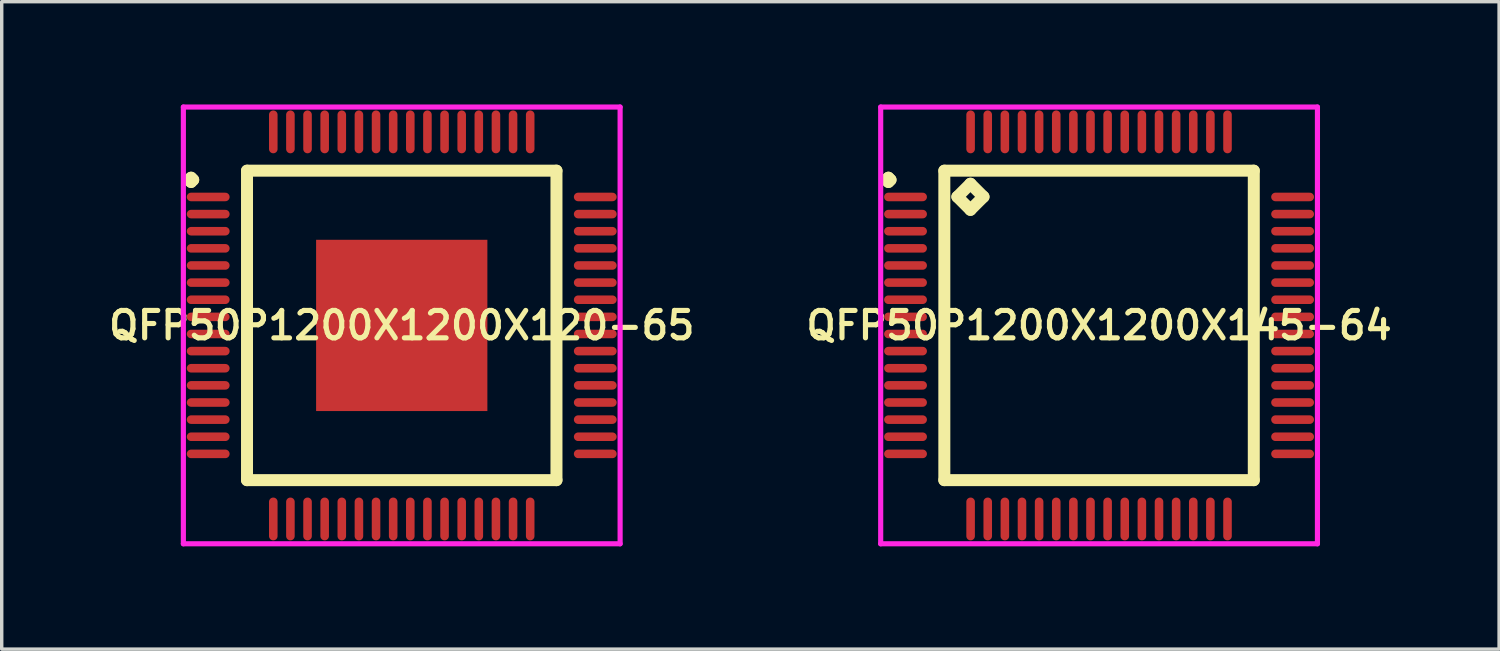
<source format=kicad_pcb>
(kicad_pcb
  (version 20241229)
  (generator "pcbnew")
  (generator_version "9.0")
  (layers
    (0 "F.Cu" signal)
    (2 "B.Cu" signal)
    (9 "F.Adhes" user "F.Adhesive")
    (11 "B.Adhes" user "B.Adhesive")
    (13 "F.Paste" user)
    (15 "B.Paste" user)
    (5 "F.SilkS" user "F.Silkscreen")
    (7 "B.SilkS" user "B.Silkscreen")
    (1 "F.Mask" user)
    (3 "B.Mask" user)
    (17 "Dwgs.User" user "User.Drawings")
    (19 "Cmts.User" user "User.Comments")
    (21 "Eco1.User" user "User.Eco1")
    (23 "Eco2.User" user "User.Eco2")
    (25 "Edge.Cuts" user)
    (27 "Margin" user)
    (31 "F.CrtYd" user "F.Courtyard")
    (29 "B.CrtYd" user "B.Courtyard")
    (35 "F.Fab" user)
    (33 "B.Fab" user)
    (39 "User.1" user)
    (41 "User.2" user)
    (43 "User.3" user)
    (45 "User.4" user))
  (footprint "QFP50P1200X1200X145-64"
    (layer "F.Cu")
    (at 29.035 6.45)
    (property "Reference" "QFP50P1200X1200X145-64" (at 0 0 0) (layer "F.SilkS") (effects (font (size 0.8 0.8) (thickness 0.15))))
    (attr smd)
    (fp_line (start -6.213 -4.25) (end -6.15 -4.312) (stroke (width 0.35) (type solid)) (layer "F.SilkS"))
    (fp_line (start -6.15 -4.312) (end -6.088 -4.25) (stroke (width 0.35) (type solid)) (layer "F.SilkS"))
    (fp_line (start -6.15 -4.188) (end -6.213 -4.25) (stroke (width 0.35) (type solid)) (layer "F.SilkS"))
    (fp_line (start -6.088 -4.25) (end -6.15 -4.188) (stroke (width 0.35) (type solid)) (layer "F.SilkS"))
    (fp_line (start -4.517 -4.517) (end -4.517 4.517) (stroke (width 0.35) (type solid)) (layer "F.SilkS"))
    (fp_line (start -4.517 4.517) (end 4.517 4.517) (stroke (width 0.35) (type solid)) (layer "F.SilkS"))
    (fp_line (start -4.136 -3.755) (end -3.755 -4.136) (stroke (width 0.35) (type solid)) (layer "F.SilkS"))
    (fp_line (start -3.755 -4.136) (end -3.374 -3.755) (stroke (width 0.35) (type solid)) (layer "F.SilkS"))
    (fp_line (start -3.755 -3.374) (end -4.136 -3.755) (stroke (width 0.35) (type solid)) (layer "F.SilkS"))
    (fp_line (start -3.374 -3.755) (end -3.755 -3.374) (stroke (width 0.35) (type solid)) (layer "F.SilkS"))
    (fp_line (start 4.517 -4.517) (end -4.517 -4.517) (stroke (width 0.35) (type solid)) (layer "F.SilkS"))
    (fp_line (start 4.517 4.517) (end 4.517 -4.517) (stroke (width 0.35) (type solid)) (layer "F.SilkS"))
    (fp_line (start -6.375 -6.375) (end 6.375 -6.375) (stroke (width 0.15) (type solid)) (layer "F.CrtYd"))
    (fp_line (start -6.375 6.375) (end -6.375 -6.375) (stroke (width 0.15) (type solid)) (layer "F.CrtYd"))
    (fp_line (start 6.375 -6.375) (end 6.375 6.375) (stroke (width 0.15) (type solid)) (layer "F.CrtYd"))
    (fp_line (start 6.375 6.375) (end -6.375 6.375) (stroke (width 0.15) (type solid)) (layer "F.CrtYd"))
    (pad "1" smd oval (at -5.65 -3.75) (size 1.25 0.25) (layers "F.Cu" "F.Mask" "F.Paste"))
    (pad "2" smd oval (at -5.65 -3.25) (size 1.25 0.25) (layers "F.Cu" "F.Mask" "F.Paste"))
    (pad "3" smd oval (at -5.65 -2.75) (size 1.25 0.25) (layers "F.Cu" "F.Mask" "F.Paste"))
    (pad "4" smd oval (at -5.65 -2.25) (size 1.25 0.25) (layers "F.Cu" "F.Mask" "F.Paste"))
    (pad "5" smd oval (at -5.65 -1.75) (size 1.25 0.25) (layers "F.Cu" "F.Mask" "F.Paste"))
    (pad "6" smd oval (at -5.65 -1.25) (size 1.25 0.25) (layers "F.Cu" "F.Mask" "F.Paste"))
    (pad "7" smd oval (at -5.65 -0.75) (size 1.25 0.25) (layers "F.Cu" "F.Mask" "F.Paste"))
    (pad "8" smd oval (at -5.65 -0.25) (size 1.25 0.25) (layers "F.Cu" "F.Mask" "F.Paste"))
    (pad "9" smd oval (at -5.65 0.25) (size 1.25 0.25) (layers "F.Cu" "F.Mask" "F.Paste"))
    (pad "10" smd oval (at -5.65 0.75) (size 1.25 0.25) (layers "F.Cu" "F.Mask" "F.Paste"))
    (pad "11" smd oval (at -5.65 1.25) (size 1.25 0.25) (layers "F.Cu" "F.Mask" "F.Paste"))
    (pad "12" smd oval (at -5.65 1.75) (size 1.25 0.25) (layers "F.Cu" "F.Mask" "F.Paste"))
    (pad "13" smd oval (at -5.65 2.25) (size 1.25 0.25) (layers "F.Cu" "F.Mask" "F.Paste"))
    (pad "14" smd oval (at -5.65 2.75) (size 1.25 0.25) (layers "F.Cu" "F.Mask" "F.Paste"))
    (pad "15" smd oval (at -5.65 3.25) (size 1.25 0.25) (layers "F.Cu" "F.Mask" "F.Paste"))
    (pad "16" smd oval (at -5.65 3.75) (size 1.25 0.25) (layers "F.Cu" "F.Mask" "F.Paste"))
    (pad "17" smd oval (at -3.75 5.65) (size 0.25 1.25) (layers "F.Cu" "F.Mask" "F.Paste"))
    (pad "18" smd oval (at -3.25 5.65) (size 0.25 1.25) (layers "F.Cu" "F.Mask" "F.Paste"))
    (pad "19" smd oval (at -2.75 5.65) (size 0.25 1.25) (layers "F.Cu" "F.Mask" "F.Paste"))
    (pad "20" smd oval (at -2.25 5.65) (size 0.25 1.25) (layers "F.Cu" "F.Mask" "F.Paste"))
    (pad "21" smd oval (at -1.75 5.65) (size 0.25 1.25) (layers "F.Cu" "F.Mask" "F.Paste"))
    (pad "22" smd oval (at -1.25 5.65) (size 0.25 1.25) (layers "F.Cu" "F.Mask" "F.Paste"))
    (pad "23" smd oval (at -0.75 5.65) (size 0.25 1.25) (layers "F.Cu" "F.Mask" "F.Paste"))
    (pad "24" smd oval (at -0.25 5.65) (size 0.25 1.25) (layers "F.Cu" "F.Mask" "F.Paste"))
    (pad "25" smd oval (at 0.25 5.65) (size 0.25 1.25) (layers "F.Cu" "F.Mask" "F.Paste"))
    (pad "26" smd oval (at 0.75 5.65) (size 0.25 1.25) (layers "F.Cu" "F.Mask" "F.Paste"))
    (pad "27" smd oval (at 1.25 5.65) (size 0.25 1.25) (layers "F.Cu" "F.Mask" "F.Paste"))
    (pad "28" smd oval (at 1.75 5.65) (size 0.25 1.25) (layers "F.Cu" "F.Mask" "F.Paste"))
    (pad "29" smd oval (at 2.25 5.65) (size 0.25 1.25) (layers "F.Cu" "F.Mask" "F.Paste"))
    (pad "30" smd oval (at 2.75 5.65) (size 0.25 1.25) (layers "F.Cu" "F.Mask" "F.Paste"))
    (pad "31" smd oval (at 3.25 5.65) (size 0.25 1.25) (layers "F.Cu" "F.Mask" "F.Paste"))
    (pad "32" smd oval (at 3.75 5.65) (size 0.25 1.25) (layers "F.Cu" "F.Mask" "F.Paste"))
    (pad "33" smd oval (at 5.65 3.75) (size 1.25 0.25) (layers "F.Cu" "F.Mask" "F.Paste"))
    (pad "34" smd oval (at 5.65 3.25) (size 1.25 0.25) (layers "F.Cu" "F.Mask" "F.Paste"))
    (pad "35" smd oval (at 5.65 2.75) (size 1.25 0.25) (layers "F.Cu" "F.Mask" "F.Paste"))
    (pad "36" smd oval (at 5.65 2.25) (size 1.25 0.25) (layers "F.Cu" "F.Mask" "F.Paste"))
    (pad "37" smd oval (at 5.65 1.75) (size 1.25 0.25) (layers "F.Cu" "F.Mask" "F.Paste"))
    (pad "38" smd oval (at 5.65 1.25) (size 1.25 0.25) (layers "F.Cu" "F.Mask" "F.Paste"))
    (pad "39" smd oval (at 5.65 0.75) (size 1.25 0.25) (layers "F.Cu" "F.Mask" "F.Paste"))
    (pad "40" smd oval (at 5.65 0.25) (size 1.25 0.25) (layers "F.Cu" "F.Mask" "F.Paste"))
    (pad "41" smd oval (at 5.65 -0.25) (size 1.25 0.25) (layers "F.Cu" "F.Mask" "F.Paste"))
    (pad "42" smd oval (at 5.65 -0.75) (size 1.25 0.25) (layers "F.Cu" "F.Mask" "F.Paste"))
    (pad "43" smd oval (at 5.65 -1.25) (size 1.25 0.25) (layers "F.Cu" "F.Mask" "F.Paste"))
    (pad "44" smd oval (at 5.65 -1.75) (size 1.25 0.25) (layers "F.Cu" "F.Mask" "F.Paste"))
    (pad "45" smd oval (at 5.65 -2.25) (size 1.25 0.25) (layers "F.Cu" "F.Mask" "F.Paste"))
    (pad "46" smd oval (at 5.65 -2.75) (size 1.25 0.25) (layers "F.Cu" "F.Mask" "F.Paste"))
    (pad "47" smd oval (at 5.65 -3.25) (size 1.25 0.25) (layers "F.Cu" "F.Mask" "F.Paste"))
    (pad "48" smd oval (at 5.65 -3.75) (size 1.25 0.25) (layers "F.Cu" "F.Mask" "F.Paste"))
    (pad "49" smd oval (at 3.75 -5.65) (size 0.25 1.25) (layers "F.Cu" "F.Mask" "F.Paste"))
    (pad "50" smd oval (at 3.25 -5.65) (size 0.25 1.25) (layers "F.Cu" "F.Mask" "F.Paste"))
    (pad "51" smd oval (at 2.75 -5.65) (size 0.25 1.25) (layers "F.Cu" "F.Mask" "F.Paste"))
    (pad "52" smd oval (at 2.25 -5.65) (size 0.25 1.25) (layers "F.Cu" "F.Mask" "F.Paste"))
    (pad "53" smd oval (at 1.75 -5.65) (size 0.25 1.25) (layers "F.Cu" "F.Mask" "F.Paste"))
    (pad "54" smd oval (at 1.25 -5.65) (size 0.25 1.25) (layers "F.Cu" "F.Mask" "F.Paste"))
    (pad "55" smd oval (at 0.75 -5.65) (size 0.25 1.25) (layers "F.Cu" "F.Mask" "F.Paste"))
    (pad "56" smd oval (at 0.25 -5.65) (size 0.25 1.25) (layers "F.Cu" "F.Mask" "F.Paste"))
    (pad "57" smd oval (at -0.25 -5.65) (size 0.25 1.25) (layers "F.Cu" "F.Mask" "F.Paste"))
    (pad "58" smd oval (at -0.75 -5.65) (size 0.25 1.25) (layers "F.Cu" "F.Mask" "F.Paste"))
    (pad "59" smd oval (at -1.25 -5.65) (size 0.25 1.25) (layers "F.Cu" "F.Mask" "F.Paste"))
    (pad "60" smd oval (at -1.75 -5.65) (size 0.25 1.25) (layers "F.Cu" "F.Mask" "F.Paste"))
    (pad "61" smd oval (at -2.25 -5.65) (size 0.25 1.25) (layers "F.Cu" "F.Mask" "F.Paste"))
    (pad "62" smd oval (at -2.75 -5.65) (size 0.25 1.25) (layers "F.Cu" "F.Mask" "F.Paste"))
    (pad "63" smd oval (at -3.25 -5.65) (size 0.25 1.25) (layers "F.Cu" "F.Mask" "F.Paste"))
    (pad "64" smd oval (at -3.75 -5.65) (size 0.25 1.25) (layers "F.Cu" "F.Mask" "F.Paste")))
  (footprint "QFP50P1200X1200X120-65"
    (layer "F.Cu")
    (at 8.678 6.45)
    (property "Reference" "QFP50P1200X1200X120-65" (at 0 0 0) (layer "F.SilkS") (effects (font (size 0.8 0.8) (thickness 0.15))))
    (attr through_hole)
    (fp_line (start -6.213 -4.25) (end -6.15 -4.312) (stroke (width 0.35) (type solid)) (layer "F.SilkS"))
    (fp_line (start -6.15 -4.312) (end -6.088 -4.25) (stroke (width 0.35) (type solid)) (layer "F.SilkS"))
    (fp_line (start -6.15 -4.188) (end -6.213 -4.25) (stroke (width 0.35) (type solid)) (layer "F.SilkS"))
    (fp_line (start -6.088 -4.25) (end -6.15 -4.188) (stroke (width 0.35) (type solid)) (layer "F.SilkS"))
    (fp_line (start -4.517 -4.517) (end -4.517 4.517) (stroke (width 0.35) (type solid)) (layer "F.SilkS"))
    (fp_line (start -4.517 4.517) (end 4.517 4.517) (stroke (width 0.35) (type solid)) (layer "F.SilkS"))
    (fp_line (start 4.517 -4.517) (end -4.517 -4.517) (stroke (width 0.35) (type solid)) (layer "F.SilkS"))
    (fp_line (start 4.517 4.517) (end 4.517 -4.517) (stroke (width 0.35) (type solid)) (layer "F.SilkS"))
    (fp_line (start -6.375 -6.375) (end 6.375 -6.375) (stroke (width 0.15) (type solid)) (layer "F.CrtYd"))
    (fp_line (start -6.375 6.375) (end -6.375 -6.375) (stroke (width 0.15) (type solid)) (layer "F.CrtYd"))
    (fp_line (start 6.375 -6.375) (end 6.375 6.375) (stroke (width 0.15) (type solid)) (layer "F.CrtYd"))
    (fp_line (start 6.375 6.375) (end -6.375 6.375) (stroke (width 0.15) (type solid)) (layer "F.CrtYd"))
    (pad "1" smd oval (at -5.65 -3.75) (size 1.25 0.25) (layers "F.Cu" "F.Mask" "F.Paste"))
    (pad "2" smd oval (at -5.65 -3.25) (size 1.25 0.25) (layers "F.Cu" "F.Mask" "F.Paste"))
    (pad "3" smd oval (at -5.65 -2.75) (size 1.25 0.25) (layers "F.Cu" "F.Mask" "F.Paste"))
    (pad "4" smd oval (at -5.65 -2.25) (size 1.25 0.25) (layers "F.Cu" "F.Mask" "F.Paste"))
    (pad "5" smd oval (at -5.65 -1.75) (size 1.25 0.25) (layers "F.Cu" "F.Mask" "F.Paste"))
    (pad "6" smd oval (at -5.65 -1.25) (size 1.25 0.25) (layers "F.Cu" "F.Mask" "F.Paste"))
    (pad "7" smd oval (at -5.65 -0.75) (size 1.25 0.25) (layers "F.Cu" "F.Mask" "F.Paste"))
    (pad "8" smd oval (at -5.65 -0.25) (size 1.25 0.25) (layers "F.Cu" "F.Mask" "F.Paste"))
    (pad "9" smd oval (at -5.65 0.25) (size 1.25 0.25) (layers "F.Cu" "F.Mask" "F.Paste"))
    (pad "10" smd oval (at -5.65 0.75) (size 1.25 0.25) (layers "F.Cu" "F.Mask" "F.Paste"))
    (pad "11" smd oval (at -5.65 1.25) (size 1.25 0.25) (layers "F.Cu" "F.Mask" "F.Paste"))
    (pad "12" smd oval (at -5.65 1.75) (size 1.25 0.25) (layers "F.Cu" "F.Mask" "F.Paste"))
    (pad "13" smd oval (at -5.65 2.25) (size 1.25 0.25) (layers "F.Cu" "F.Mask" "F.Paste"))
    (pad "14" smd oval (at -5.65 2.75) (size 1.25 0.25) (layers "F.Cu" "F.Mask" "F.Paste"))
    (pad "15" smd oval (at -5.65 3.25) (size 1.25 0.25) (layers "F.Cu" "F.Mask" "F.Paste"))
    (pad "16" smd oval (at -5.65 3.75) (size 1.25 0.25) (layers "F.Cu" "F.Mask" "F.Paste"))
    (pad "17" smd oval (at -3.75 5.65) (size 0.25 1.25) (layers "F.Cu" "F.Mask" "F.Paste"))
    (pad "18" smd oval (at -3.25 5.65) (size 0.25 1.25) (layers "F.Cu" "F.Mask" "F.Paste"))
    (pad "19" smd oval (at -2.75 5.65) (size 0.25 1.25) (layers "F.Cu" "F.Mask" "F.Paste"))
    (pad "20" smd oval (at -2.25 5.65) (size 0.25 1.25) (layers "F.Cu" "F.Mask" "F.Paste"))
    (pad "21" smd oval (at -1.75 5.65) (size 0.25 1.25) (layers "F.Cu" "F.Mask" "F.Paste"))
    (pad "22" smd oval (at -1.25 5.65) (size 0.25 1.25) (layers "F.Cu" "F.Mask" "F.Paste"))
    (pad "23" smd oval (at -0.75 5.65) (size 0.25 1.25) (layers "F.Cu" "F.Mask" "F.Paste"))
    (pad "24" smd oval (at -0.25 5.65) (size 0.25 1.25) (layers "F.Cu" "F.Mask" "F.Paste"))
    (pad "25" smd oval (at 0.25 5.65) (size 0.25 1.25) (layers "F.Cu" "F.Mask" "F.Paste"))
    (pad "26" smd oval (at 0.75 5.65) (size 0.25 1.25) (layers "F.Cu" "F.Mask" "F.Paste"))
    (pad "27" smd oval (at 1.25 5.65) (size 0.25 1.25) (layers "F.Cu" "F.Mask" "F.Paste"))
    (pad "28" smd oval (at 1.75 5.65) (size 0.25 1.25) (layers "F.Cu" "F.Mask" "F.Paste"))
    (pad "29" smd oval (at 2.25 5.65) (size 0.25 1.25) (layers "F.Cu" "F.Mask" "F.Paste"))
    (pad "30" smd oval (at 2.75 5.65) (size 0.25 1.25) (layers "F.Cu" "F.Mask" "F.Paste"))
    (pad "31" smd oval (at 3.25 5.65) (size 0.25 1.25) (layers "F.Cu" "F.Mask" "F.Paste"))
    (pad "32" smd oval (at 3.75 5.65) (size 0.25 1.25) (layers "F.Cu" "F.Mask" "F.Paste"))
    (pad "33" smd oval (at 5.65 3.75) (size 1.25 0.25) (layers "F.Cu" "F.Mask" "F.Paste"))
    (pad "34" smd oval (at 5.65 3.25) (size 1.25 0.25) (layers "F.Cu" "F.Mask" "F.Paste"))
    (pad "35" smd oval (at 5.65 2.75) (size 1.25 0.25) (layers "F.Cu" "F.Mask" "F.Paste"))
    (pad "36" smd oval (at 5.65 2.25) (size 1.25 0.25) (layers "F.Cu" "F.Mask" "F.Paste"))
    (pad "37" smd oval (at 5.65 1.75) (size 1.25 0.25) (layers "F.Cu" "F.Mask" "F.Paste"))
    (pad "38" smd oval (at 5.65 1.25) (size 1.25 0.25) (layers "F.Cu" "F.Mask" "F.Paste"))
    (pad "39" smd oval (at 5.65 0.75) (size 1.25 0.25) (layers "F.Cu" "F.Mask" "F.Paste"))
    (pad "40" smd oval (at 5.65 0.25) (size 1.25 0.25) (layers "F.Cu" "F.Mask" "F.Paste"))
    (pad "41" smd oval (at 5.65 -0.25) (size 1.25 0.25) (layers "F.Cu" "F.Mask" "F.Paste"))
    (pad "42" smd oval (at 5.65 -0.75) (size 1.25 0.25) (layers "F.Cu" "F.Mask" "F.Paste"))
    (pad "43" smd oval (at 5.65 -1.25) (size 1.25 0.25) (layers "F.Cu" "F.Mask" "F.Paste"))
    (pad "44" smd oval (at 5.65 -1.75) (size 1.25 0.25) (layers "F.Cu" "F.Mask" "F.Paste"))
    (pad "45" smd oval (at 5.65 -2.25) (size 1.25 0.25) (layers "F.Cu" "F.Mask" "F.Paste"))
    (pad "46" smd oval (at 5.65 -2.75) (size 1.25 0.25) (layers "F.Cu" "F.Mask" "F.Paste"))
    (pad "47" smd oval (at 5.65 -3.25) (size 1.25 0.25) (layers "F.Cu" "F.Mask" "F.Paste"))
    (pad "48" smd oval (at 5.65 -3.75) (size 1.25 0.25) (layers "F.Cu" "F.Mask" "F.Paste"))
    (pad "49" smd oval (at 3.75 -5.65) (size 0.25 1.25) (layers "F.Cu" "F.Mask" "F.Paste"))
    (pad "50" smd oval (at 3.25 -5.65) (size 0.25 1.25) (layers "F.Cu" "F.Mask" "F.Paste"))
    (pad "51" smd oval (at 2.75 -5.65) (size 0.25 1.25) (layers "F.Cu" "F.Mask" "F.Paste"))
    (pad "52" smd oval (at 2.25 -5.65) (size 0.25 1.25) (layers "F.Cu" "F.Mask" "F.Paste"))
    (pad "53" smd oval (at 1.75 -5.65) (size 0.25 1.25) (layers "F.Cu" "F.Mask" "F.Paste"))
    (pad "54" smd oval (at 1.25 -5.65) (size 0.25 1.25) (layers "F.Cu" "F.Mask" "F.Paste"))
    (pad "55" smd oval (at 0.75 -5.65) (size 0.25 1.25) (layers "F.Cu" "F.Mask" "F.Paste"))
    (pad "56" smd oval (at 0.25 -5.65) (size 0.25 1.25) (layers "F.Cu" "F.Mask" "F.Paste"))
    (pad "57" smd oval (at -0.25 -5.65) (size 0.25 1.25) (layers "F.Cu" "F.Mask" "F.Paste"))
    (pad "58" smd oval (at -0.75 -5.65) (size 0.25 1.25) (layers "F.Cu" "F.Mask" "F.Paste"))
    (pad "59" smd oval (at -1.25 -5.65) (size 0.25 1.25) (layers "F.Cu" "F.Mask" "F.Paste"))
    (pad "60" smd oval (at -1.75 -5.65) (size 0.25 1.25) (layers "F.Cu" "F.Mask" "F.Paste"))
    (pad "61" smd oval (at -2.25 -5.65) (size 0.25 1.25) (layers "F.Cu" "F.Mask" "F.Paste"))
    (pad "62" smd oval (at -2.75 -5.65) (size 0.25 1.25) (layers "F.Cu" "F.Mask" "F.Paste"))
    (pad "63" smd oval (at -3.25 -5.65) (size 0.25 1.25) (layers "F.Cu" "F.Mask" "F.Paste"))
    (pad "64" smd oval (at -3.75 -5.65) (size 0.25 1.25) (layers "F.Cu" "F.Mask" "F.Paste"))
    (pad "65" smd rect (at 0 0) (size 5 5) (layers "F.Cu" "F.Mask" "F.Paste")))
  (gr_rect
    (start -3 -3)
    (end 40.713 15.9)
    (stroke (width 0.1) (type default))
    (fill no)
    (layer "Edge.Cuts")))
</source>
